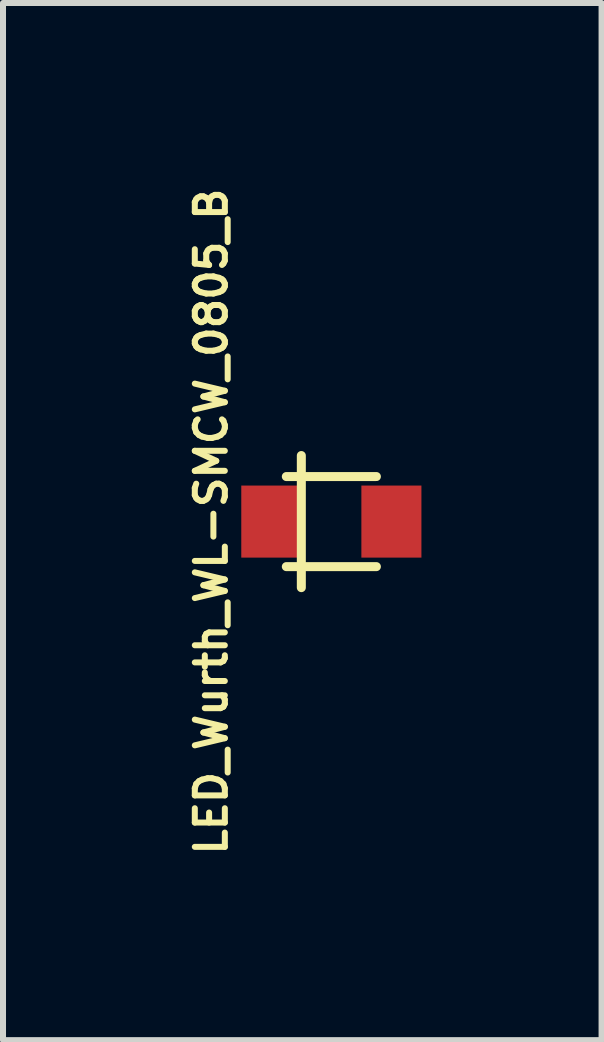
<source format=kicad_pcb>
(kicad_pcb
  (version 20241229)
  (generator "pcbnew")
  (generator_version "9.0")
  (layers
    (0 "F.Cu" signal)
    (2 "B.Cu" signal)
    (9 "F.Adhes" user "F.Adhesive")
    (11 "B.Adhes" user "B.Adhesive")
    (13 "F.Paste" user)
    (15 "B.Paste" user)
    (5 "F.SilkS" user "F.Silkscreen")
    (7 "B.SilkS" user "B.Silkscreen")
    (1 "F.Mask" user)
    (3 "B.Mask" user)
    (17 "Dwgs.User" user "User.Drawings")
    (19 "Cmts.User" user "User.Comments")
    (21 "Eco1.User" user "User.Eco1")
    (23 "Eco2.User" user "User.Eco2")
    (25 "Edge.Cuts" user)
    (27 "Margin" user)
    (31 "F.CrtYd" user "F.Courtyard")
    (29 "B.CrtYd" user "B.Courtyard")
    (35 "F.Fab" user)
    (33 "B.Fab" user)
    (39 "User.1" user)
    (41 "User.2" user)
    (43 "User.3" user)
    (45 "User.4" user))
  (footprint "LED_Wurth_WL-SMCW_0805_B"
    (layer "F.Cu")
    (at 2.468 5.636)
    (property "Reference" "LED_Wurth_WL-SMCW_0805_B" (at -2 0 90) (layer "F.SilkS") (effects (font (size 0.5 0.5) (thickness 0.1))))
    (attr through_hole)
    (fp_line (start -0.75 -0.75) (end 0.75 -0.75) (stroke (width 0.15) (type solid)) (layer "F.SilkS"))
    (fp_line (start -0.75 0.75) (end 0.75 0.75) (stroke (width 0.15) (type solid)) (layer "F.SilkS"))
    (fp_line (start -0.5 -1.1) (end -0.5 1.1) (stroke (width 0.15) (type solid)) (layer "F.SilkS"))
    (pad "1" smd rect (at -1 0) (size 1 1.2) (layers "F.Cu" "F.Mask" "F.Paste"))
    (pad "2" smd rect (at 1 0) (size 1 1.2) (layers "F.Cu" "F.Mask" "F.Paste")))
  (gr_rect
    (start -3 -3)
    (end 6.968 14.271)
    (stroke (width 0.1) (type default))
    (fill no)
    (layer "Edge.Cuts")))
</source>
